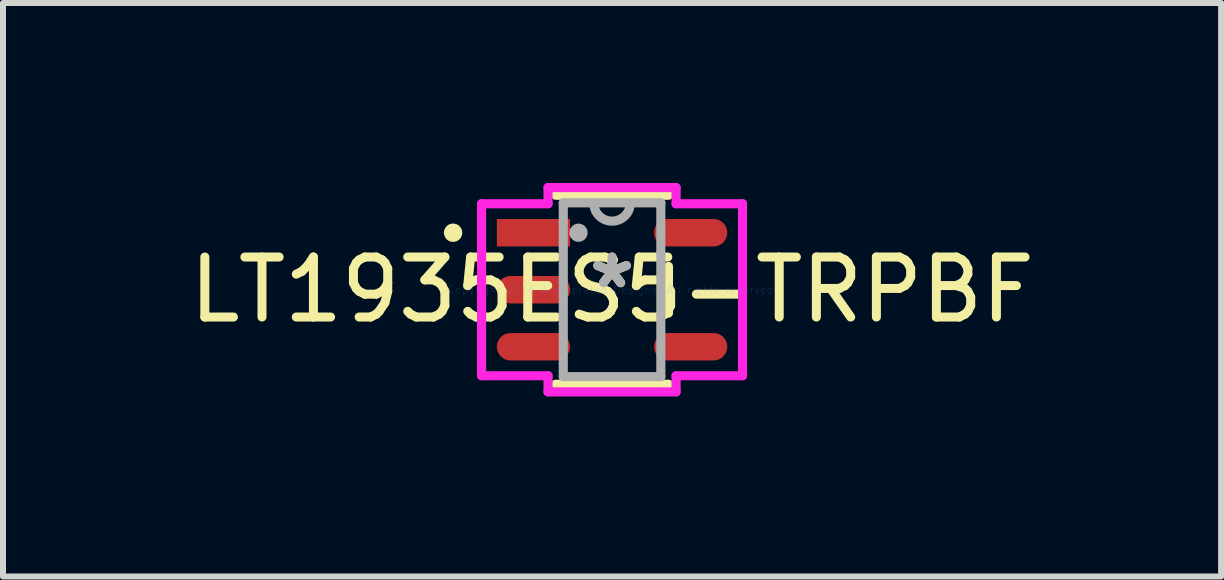
<source format=kicad_pcb>
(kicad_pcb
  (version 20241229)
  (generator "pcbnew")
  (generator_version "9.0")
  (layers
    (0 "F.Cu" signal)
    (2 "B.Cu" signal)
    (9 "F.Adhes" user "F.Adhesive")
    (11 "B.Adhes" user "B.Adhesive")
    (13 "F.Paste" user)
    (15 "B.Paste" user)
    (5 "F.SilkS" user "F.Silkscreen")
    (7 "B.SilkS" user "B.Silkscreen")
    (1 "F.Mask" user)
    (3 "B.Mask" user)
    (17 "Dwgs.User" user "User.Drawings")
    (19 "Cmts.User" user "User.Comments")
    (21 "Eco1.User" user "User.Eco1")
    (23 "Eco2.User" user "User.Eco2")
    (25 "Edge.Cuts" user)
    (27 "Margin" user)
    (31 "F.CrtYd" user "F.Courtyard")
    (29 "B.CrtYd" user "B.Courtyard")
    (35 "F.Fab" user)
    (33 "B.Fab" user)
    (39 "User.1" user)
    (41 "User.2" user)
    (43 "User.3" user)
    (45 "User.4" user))
  (footprint "LT1935ES5-TRPBF"
    (layer "F.Cu")
    (at 7.149 1.778)
    (property "Reference" "LT1935ES5-TRPBF" (at 0 0 0) (layer "F.SilkS") (effects (font (size 1 1) (thickness 0.15))))
    (attr through_hole)
    (fp_line (start -0.94 1.575) (end 0.94 1.575) (stroke (width 0.152) (type solid)) (layer "F.SilkS"))
    (fp_line (start 0.94 -1.575) (end -0.94 -1.575) (stroke (width 0.152) (type solid)) (layer "F.SilkS"))
    (fp_line (start 0.94 0.389) (end 0.94 -0.389) (stroke (width 0.152) (type solid)) (layer "F.SilkS"))
    (fp_circle (center -2.649 -0.95) (end -2.572 -0.95) (stroke (width 0.152) (type solid)) (fill no) (layer "F.SilkS"))
    (fp_line (start -2.174 -1.433) (end -1.067 -1.433) (stroke (width 0.152) (type solid)) (layer "F.CrtYd"))
    (fp_line (start -2.174 1.433) (end -2.174 -1.433) (stroke (width 0.152) (type solid)) (layer "F.CrtYd"))
    (fp_line (start -1.067 -1.702) (end 1.067 -1.702) (stroke (width 0.152) (type solid)) (layer "F.CrtYd"))
    (fp_line (start -1.067 -1.433) (end -1.067 -1.702) (stroke (width 0.152) (type solid)) (layer "F.CrtYd"))
    (fp_line (start -1.067 1.433) (end -2.174 1.433) (stroke (width 0.152) (type solid)) (layer "F.CrtYd"))
    (fp_line (start -1.067 1.702) (end -1.067 1.433) (stroke (width 0.152) (type solid)) (layer "F.CrtYd"))
    (fp_line (start 1.067 -1.702) (end 1.067 -1.433) (stroke (width 0.152) (type solid)) (layer "F.CrtYd"))
    (fp_line (start 1.067 -1.433) (end 2.174 -1.433) (stroke (width 0.152) (type solid)) (layer "F.CrtYd"))
    (fp_line (start 1.067 1.433) (end 1.067 1.702) (stroke (width 0.152) (type solid)) (layer "F.CrtYd"))
    (fp_line (start 1.067 1.702) (end -1.067 1.702) (stroke (width 0.152) (type solid)) (layer "F.CrtYd"))
    (fp_line (start 2.174 -1.433) (end 2.174 1.433) (stroke (width 0.152) (type solid)) (layer "F.CrtYd"))
    (fp_line (start 2.174 1.433) (end 1.067 1.433) (stroke (width 0.152) (type solid)) (layer "F.CrtYd"))
    (fp_line (start -0.813 -1.448) (end -0.813 1.448) (stroke (width 0.152) (type solid)) (layer "F.Fab"))
    (fp_line (start -0.813 1.448) (end 0.813 1.448) (stroke (width 0.152) (type solid)) (layer "F.Fab"))
    (fp_line (start 0.813 -1.448) (end -0.813 -1.448) (stroke (width 0.152) (type solid)) (layer "F.Fab"))
    (fp_line (start 0.813 1.448) (end 0.813 -1.448) (stroke (width 0.152) (type solid)) (layer "F.Fab"))
    (fp_arc (start 0.3048 -1.4478) (mid 0 -1.143) (end -0.3048 -1.4478) (stroke (width 0.1524) (type solid)) (layer "F.Fab"))
    (fp_circle (center -0.559 -0.95) (end -0.483 -0.95) (stroke (width 0.152) (type solid)) (fill no) (layer "F.Fab"))
    (fp_text user "*" (at 0 0 0) (layer "F.SilkS") (effects (font (size 1 1) (thickness 0.15))))
    (fp_text user "Copyright 2016 Accelerated Designs. All rights reserved." (at 0 0 0) (layer "Cmts.User") (effects (font (size 0.127 0.127) (thickness 0.002))))
    (fp_text user "*" (at 0 0 0) (layer "F.Fab") (effects (font (size 1 1) (thickness 0.15))))
    (pad "1" smd rect (at -1.31 -0.95) (size 1.219 0.457) (layers "F.Cu" "F.Mask" "F.Paste"))
    (pad "2" smd oval (at -1.31 0) (size 1.219 0.457) (layers "F.Cu" "F.Mask" "F.Paste"))
    (pad "3" smd oval (at -1.31 0.95) (size 1.219 0.457) (layers "F.Cu" "F.Mask" "F.Paste"))
    (pad "4" smd oval (at 1.31 0.95) (size 1.219 0.457) (layers "F.Cu" "F.Mask" "F.Paste"))
    (pad "5" smd oval (at 1.31 -0.95) (size 1.219 0.457) (layers "F.Cu" "F.Mask" "F.Paste")))
  (gr_rect
    (start -3 -3)
    (end 17.298 6.556)
    (stroke (width 0.1) (type default))
    (fill no)
    (layer "Edge.Cuts")))
</source>
